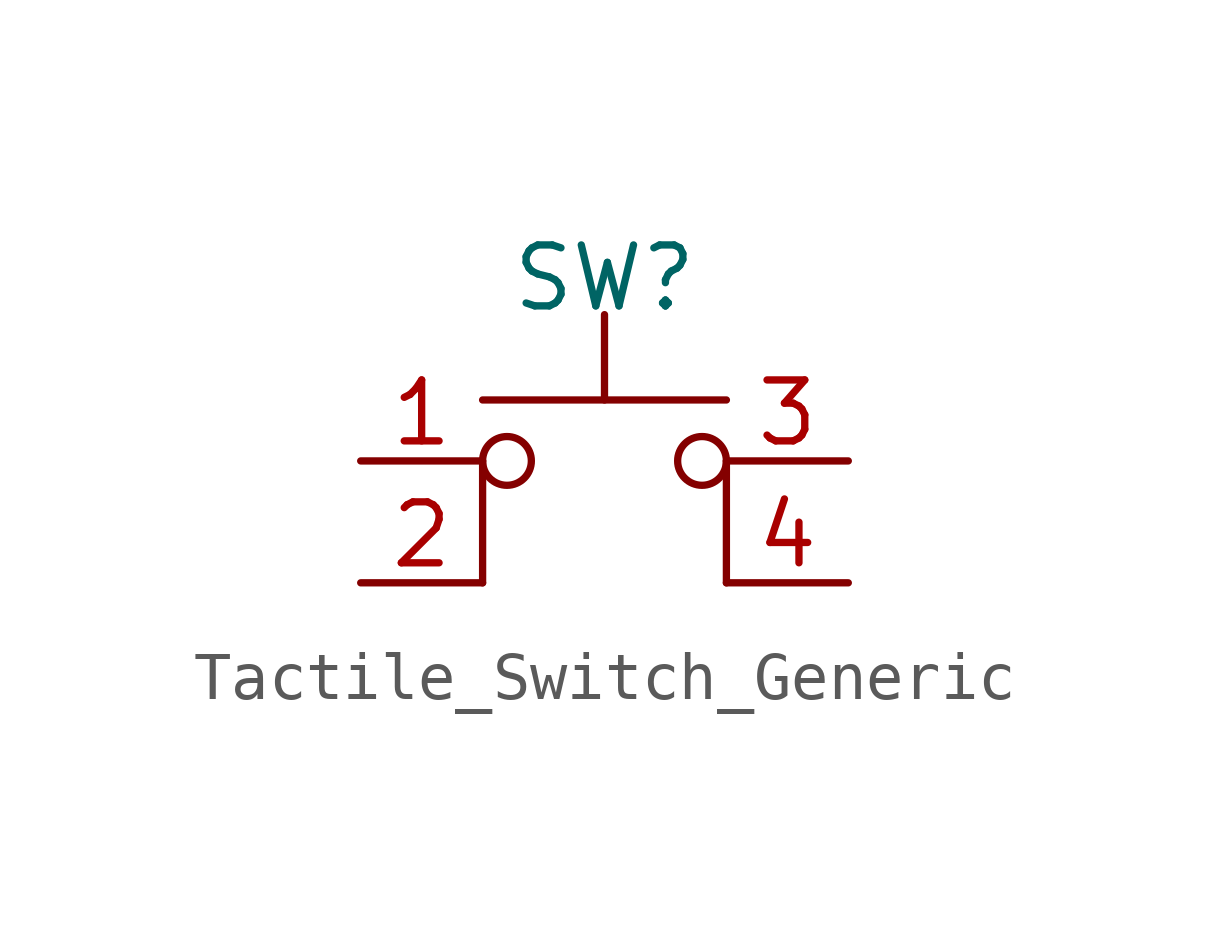
<source format=kicad_sym>
(kicad_symbol_lib
  (version 20201005)
  (generator kicad_symbol_editor)
  (symbol "Tactile_Switch_Generic"
    (pin_names
      (offset 1.016))
    (property "Reference" "SW"
      (at 0 3.81 0)
      (effects (font (size 1.27 1.27))))
    (symbol "Tactile_Switch_Generic_0_1"
      (polyline (pts (xy -2.54 -2.54) (xy -2.54 0)) (stroke (width 0)) (fill (type none)))
      (polyline (pts (xy 2.54 0) (xy 2.54 -2.54)) (stroke (width 0)) (fill (type none))))
    (symbol "Tactile_Switch_Generic_1_1"
      (circle (center -2.032 0) (radius 0.508) (stroke (width 0)) (fill (type none)))
      (circle (center 2.032 0) (radius 0.508) (stroke (width 0)) (fill (type none)))
      (polyline (pts (xy 0 1.27) (xy 0 3.048)) (stroke (width 0)) (fill (type none)))
      (polyline (pts (xy 2.54 1.27) (xy -2.54 1.27)) (stroke (width 0)) (fill (type none)))
      (pin passive line (at -5.08 0 0) (length 2.54) (name "~" (effects (font (size 1.27 1.27)))) (number "1" (effects (font (size 1.27 1.27)))))
      (pin passive line (at -5.08 -2.54 0) (length 2.54) (name "~" (effects (font (size 1.27 1.27)))) (number "2" (effects (font (size 1.27 1.27)))))
      (pin passive line (at 5.08 0 180) (length 2.54) (name "~" (effects (font (size 1.27 1.27)))) (number "3" (effects (font (size 1.27 1.27)))))
      (pin passive line (at 5.08 -2.54 180) (length 2.54) (name "~" (effects (font (size 1.27 1.27)))) (number "4" (effects (font (size 1.27 1.27))))))))
</source>
